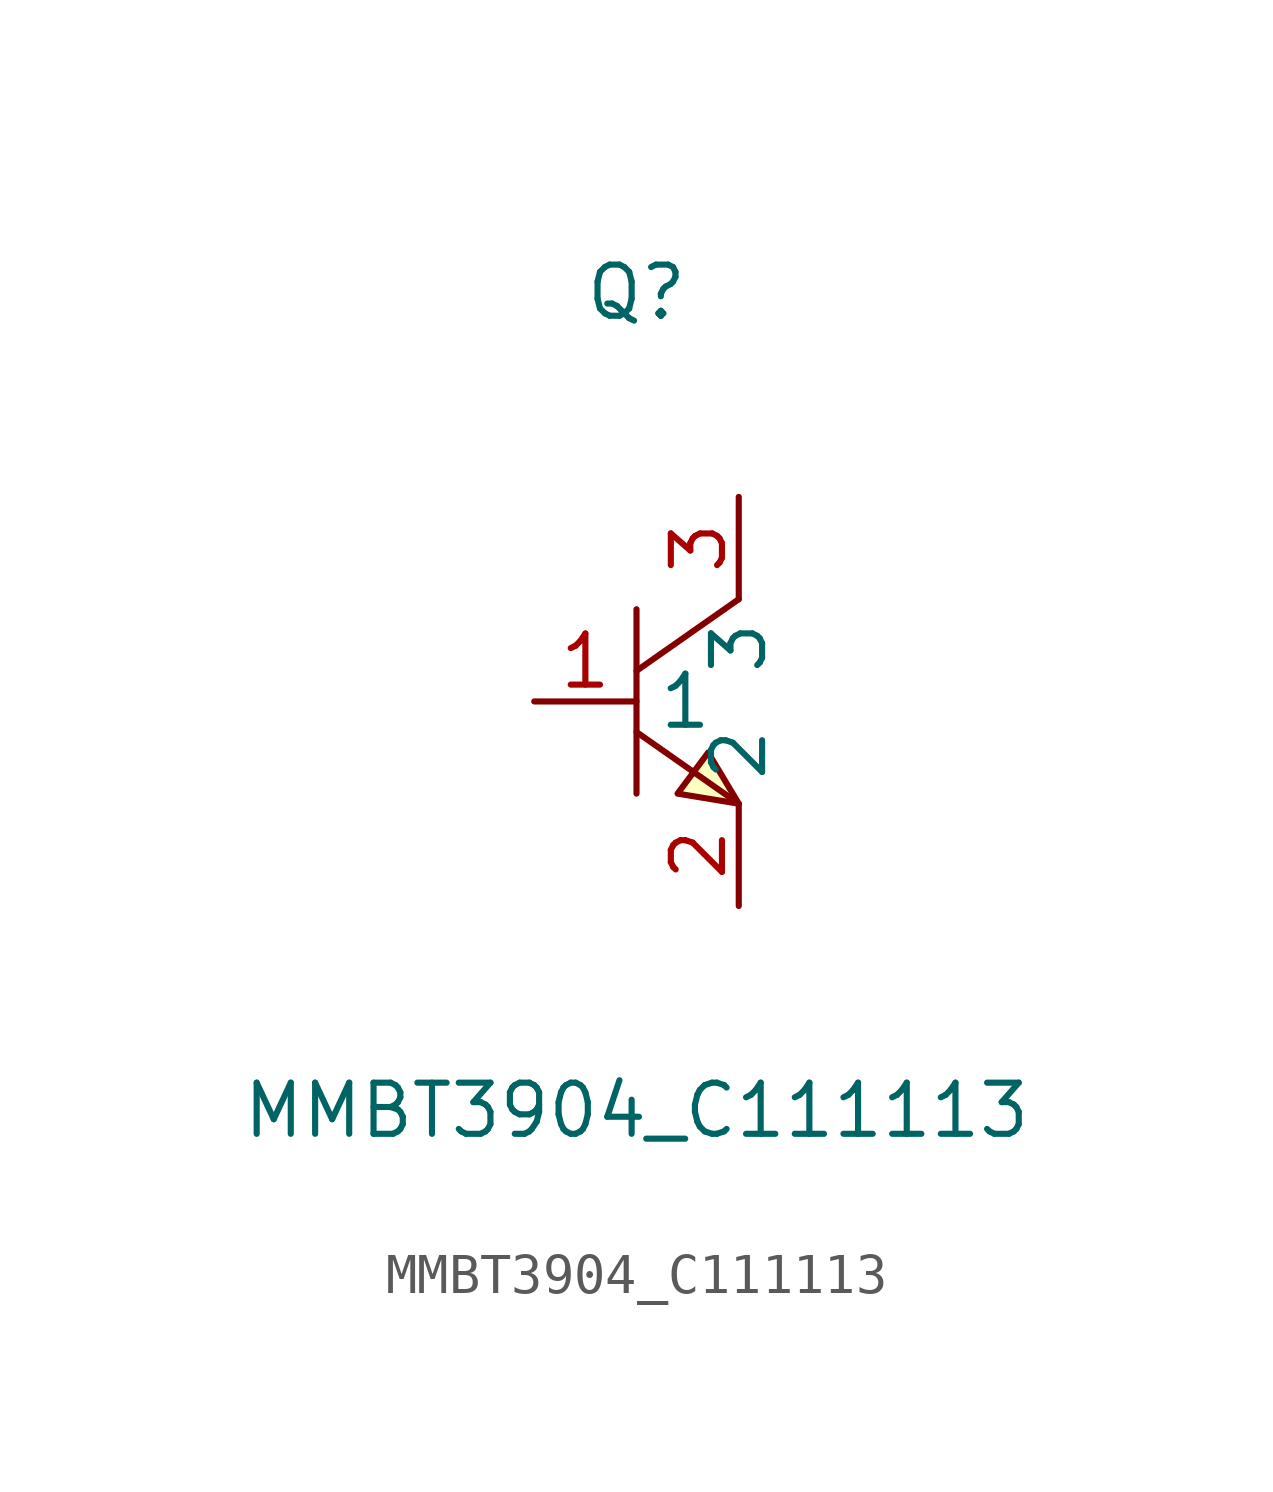
<source format=kicad_sym>
(kicad_symbol_lib
  (version 1)
  (generator "faebryk")
  (symbol "MMBT3904_C111113"
    (property "Reference" "Q"
      (at 0 10.16 0)
      (effects (font (size 1.27 1.27)) (hide no)))
    (property "Value" "MMBT3904_C111113"
      (at 0 -10.16 0)
      (effects (font (size 1.27 1.27)) (hide no)))
    (symbol "MMBT3904_C111113_0_1"
      (polyline (stroke (width 0) (type default) (color 0 0 0 0)) (fill (type none)) (pts (xy 2.54 2.54) (xy 0 0.76)))
      (polyline (stroke (width 0) (type default) (color 0 0 0 0)) (fill (type none)) (pts (xy 0 -0.76) (xy 2.54 -2.54)))
      (polyline (stroke (width 0) (type default) (color 0 0 0 0)) (fill (type none)) (pts (xy 0 2.29) (xy 0 -2.29)))
      (polyline (stroke (width 0) (type default) (color 0 0 0 0)) (fill (type background)) (pts (xy 2.54 -2.54) (xy 1.78 -1.27) (xy 1.02 -2.29) (xy 2.54 -2.54)))
      (pin input line (at -2.54 0 0) (length 2.54) (name "1" (effects (font (size 1.27 1.27)) (hide no))) (number "1" (effects (font (size 1.27 1.27)) (hide no))))
      (pin input line (at 2.54 5.08 270) (length 2.54) (name "3" (effects (font (size 1.27 1.27)) (hide no))) (number "3" (effects (font (size 1.27 1.27)) (hide no))))
      (pin input line (at 2.54 -5.08 90) (length 2.54) (name "2" (effects (font (size 1.27 1.27)) (hide no))) (number "2" (effects (font (size 1.27 1.27)) (hide no)))))))
</source>
